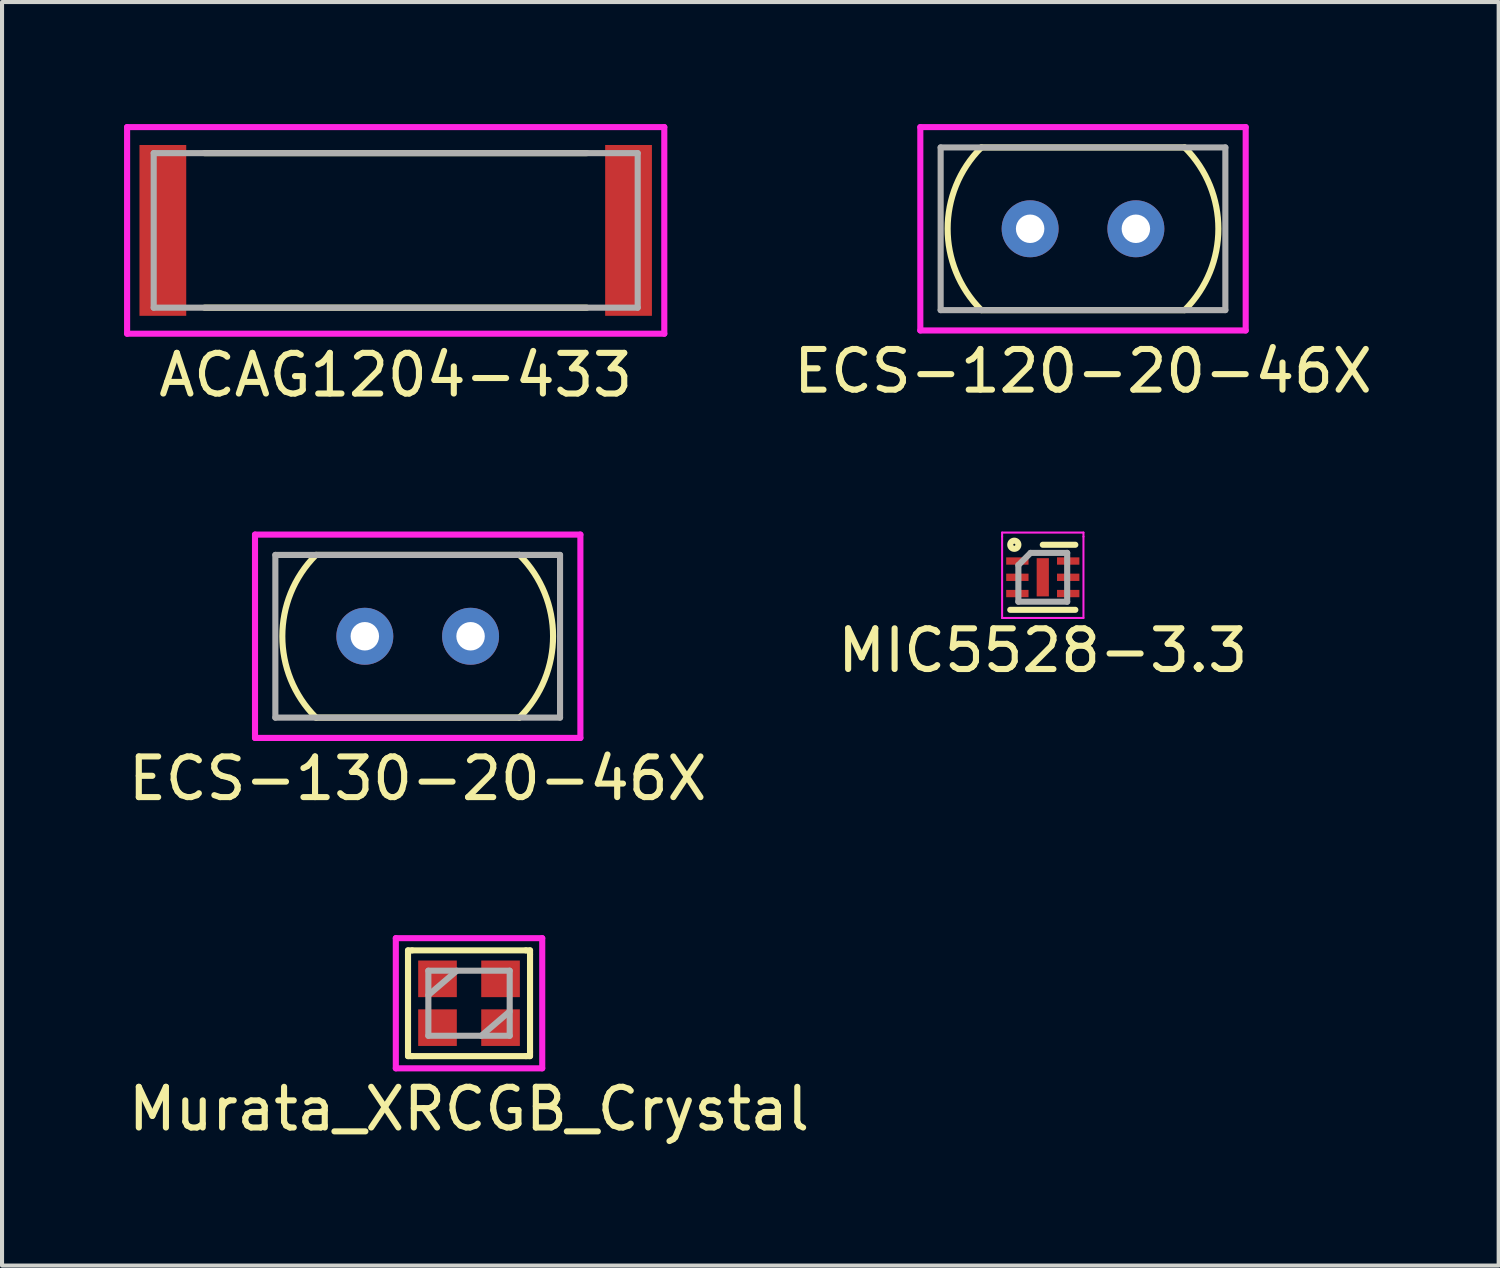
<source format=kicad_pcb>
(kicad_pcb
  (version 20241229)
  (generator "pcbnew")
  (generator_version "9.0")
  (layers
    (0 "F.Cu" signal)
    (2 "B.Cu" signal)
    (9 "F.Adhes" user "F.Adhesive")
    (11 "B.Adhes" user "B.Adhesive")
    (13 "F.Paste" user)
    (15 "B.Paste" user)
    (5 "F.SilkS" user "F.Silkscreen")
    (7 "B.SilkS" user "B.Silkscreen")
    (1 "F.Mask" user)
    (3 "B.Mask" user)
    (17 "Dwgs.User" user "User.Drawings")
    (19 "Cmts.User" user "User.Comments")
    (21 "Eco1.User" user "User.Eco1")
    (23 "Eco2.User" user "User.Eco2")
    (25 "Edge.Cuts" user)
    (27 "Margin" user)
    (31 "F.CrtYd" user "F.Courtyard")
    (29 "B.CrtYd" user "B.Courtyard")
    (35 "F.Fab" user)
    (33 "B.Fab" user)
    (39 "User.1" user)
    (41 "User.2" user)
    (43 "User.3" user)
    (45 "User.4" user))
  (footprint "Murata_XRCGB_Crystal"
    (layer "F.Cu")
    (at 8.482 21.617)
    (property "Reference" "Murata_XRCGB_Crystal" (at 0 2.6 0) (layer "F.SilkS") (effects (font (size 1 1) (thickness 0.15))))
    (attr through_hole)
    (fp_line (start -1.5 -1.3) (end -1.4 -1.3) (stroke (width 0.15) (type solid)) (layer "F.SilkS"))
    (fp_line (start -1.5 -1.2) (end -1.5 -1.3) (stroke (width 0.15) (type solid)) (layer "F.SilkS"))
    (fp_line (start -1.5 1.2) (end -1.5 -1.2) (stroke (width 0.15) (type solid)) (layer "F.SilkS"))
    (fp_line (start -1.5 1.2) (end -1.5 1.3) (stroke (width 0.15) (type solid)) (layer "F.SilkS"))
    (fp_line (start -1.5 1.3) (end -1.4 1.3) (stroke (width 0.15) (type solid)) (layer "F.SilkS"))
    (fp_line (start -1.4 -1.3) (end 1.4 -1.3) (stroke (width 0.15) (type solid)) (layer "F.SilkS"))
    (fp_line (start 1.4 -1.3) (end 1.5 -1.3) (stroke (width 0.15) (type solid)) (layer "F.SilkS"))
    (fp_line (start 1.4 1.3) (end -1.4 1.3) (stroke (width 0.15) (type solid)) (layer "F.SilkS"))
    (fp_line (start 1.5 -1.3) (end 1.5 -1.2) (stroke (width 0.15) (type solid)) (layer "F.SilkS"))
    (fp_line (start 1.5 -1.2) (end 1.5 1.2) (stroke (width 0.15) (type solid)) (layer "F.SilkS"))
    (fp_line (start 1.5 1.2) (end 1.5 1.3) (stroke (width 0.15) (type solid)) (layer "F.SilkS"))
    (fp_line (start 1.5 1.3) (end 1.4 1.3) (stroke (width 0.15) (type solid)) (layer "F.SilkS"))
    (fp_line (start -1.8 -1.6) (end -1.8 1.6) (stroke (width 0.15) (type solid)) (layer "F.CrtYd"))
    (fp_line (start -1.8 1.6) (end 1.8 1.6) (stroke (width 0.15) (type solid)) (layer "F.CrtYd"))
    (fp_line (start 1.8 -1.6) (end -1.8 -1.6) (stroke (width 0.15) (type solid)) (layer "F.CrtYd"))
    (fp_line (start 1.8 1.6) (end 1.8 -1.6) (stroke (width 0.15) (type solid)) (layer "F.CrtYd"))
    (fp_line (start -1 -0.8) (end -1 0.8) (stroke (width 0.15) (type solid)) (layer "F.Fab"))
    (fp_line (start -1 0.8) (end 1 0.8) (stroke (width 0.15) (type solid)) (layer "F.Fab"))
    (fp_line (start -0.3 -0.8) (end -1 -0.2) (stroke (width 0.15) (type solid)) (layer "F.Fab"))
    (fp_line (start 0.3 0.8) (end 1 0.2) (stroke (width 0.15) (type solid)) (layer "F.Fab"))
    (fp_line (start 1 -0.8) (end -1 -0.8) (stroke (width 0.15) (type solid)) (layer "F.Fab"))
    (fp_line (start 1 0.8) (end 1 -0.8) (stroke (width 0.15) (type solid)) (layer "F.Fab"))
    (pad "1" smd rect (at -0.775 -0.6) (size 0.95 0.9) (layers "F.Cu" "F.Mask" "F.Paste"))
    (pad "2" smd rect (at 0.775 0.6) (size 0.95 0.9) (layers "F.Cu" "F.Mask" "F.Paste"))
    (pad "3" smd rect (at -0.775 0.6) (size 0.95 0.9) (layers "F.Cu" "F.Mask" "F.Paste"))
    (pad "3" smd rect (at 0.775 -0.6) (size 0.95 0.9) (layers "F.Cu" "F.Mask" "F.Paste")))
  (footprint "MIC5528-3.3"
    (layer "F.Cu")
    (at 22.589 11.144)
    (property "Reference" "MIC5528-3.3" (at 0 1.8 0) (layer "F.SilkS") (effects (font (size 1 1) (thickness 0.15))))
    (attr through_hole)
    (fp_line (start -0.8 0.8) (end 0.8 0.8) (stroke (width 0.15) (type solid)) (layer "F.SilkS"))
    (fp_line (start 0 -0.8) (end 0.8 -0.8) (stroke (width 0.15) (type solid)) (layer "F.SilkS"))
    (fp_circle (center -0.7 -0.8) (end -0.6 -0.8) (stroke (width 0.15) (type solid)) (fill no) (layer "F.SilkS"))
    (fp_line (start -1 -1.1) (end 1 -1.1) (stroke (width 0.05) (type solid)) (layer "F.CrtYd"))
    (fp_line (start -1 -1) (end -1 -1.1) (stroke (width 0.05) (type solid)) (layer "F.CrtYd"))
    (fp_line (start -1 1) (end -1 -1) (stroke (width 0.05) (type solid)) (layer "F.CrtYd"))
    (fp_line (start 1 -1.1) (end 1 -1) (stroke (width 0.05) (type solid)) (layer "F.CrtYd"))
    (fp_line (start 1 -1) (end 1 1) (stroke (width 0.05) (type solid)) (layer "F.CrtYd"))
    (fp_line (start 1 1) (end -1 1) (stroke (width 0.05) (type solid)) (layer "F.CrtYd"))
    (fp_line (start -0.6 -0.3) (end -0.6 0.6) (stroke (width 0.15) (type solid)) (layer "F.Fab"))
    (fp_line (start -0.3 -0.6) (end -0.6 -0.3) (stroke (width 0.15) (type solid)) (layer "F.Fab"))
    (fp_line (start -0.3 -0.6) (end 0.6 -0.6) (stroke (width 0.15) (type solid)) (layer "F.Fab"))
    (fp_line (start 0.6 -0.6) (end 0.6 0.6) (stroke (width 0.15) (type solid)) (layer "F.Fab"))
    (fp_line (start 0.6 0.6) (end -0.6 0.6) (stroke (width 0.15) (type solid)) (layer "F.Fab"))
    (pad "1" smd rect (at -0.625 -0.4) (size 0.55 0.18) (layers "F.Cu" "F.Mask" "F.Paste"))
    (pad "2" smd rect (at -0.625 0) (size 0.55 0.18) (layers "F.Cu" "F.Mask" "F.Paste"))
    (pad "3" smd rect (at -0.625 0.4) (size 0.55 0.18) (layers "F.Cu" "F.Mask" "F.Paste"))
    (pad "4" smd rect (at 0.625 0.4) (size 0.55 0.18) (layers "F.Cu" "F.Mask" "F.Paste"))
    (pad "5" smd rect (at 0.625 0) (size 0.55 0.18) (layers "F.Cu" "F.Mask" "F.Paste"))
    (pad "6" smd rect (at 0.625 -0.4) (size 0.55 0.18) (layers "F.Cu" "F.Mask" "F.Paste"))
    (pad "7" smd rect (at 0 0) (size 0.3 0.94) (layers "F.Cu" "F.Mask" "F.Paste")))
  (footprint "ACAG1204-433"
    (layer "F.Cu")
    (at 6.679 2.615)
    (property "Reference" "ACAG1204-433" (at 0 3.556 0) (layer "F.SilkS") (effects (font (size 1 1) (thickness 0.15))))
    (attr through_hole)
    (fp_line (start -4.7 -1.9) (end 4.7 -1.9) (stroke (width 0.15) (type solid)) (layer "F.SilkS"))
    (fp_line (start 4.7 1.9) (end -4.7 1.9) (stroke (width 0.15) (type solid)) (layer "F.SilkS"))
    (fp_line (start -6.604 -2.54) (end 6.604 -2.54) (stroke (width 0.15) (type solid)) (layer "F.CrtYd"))
    (fp_line (start -6.604 2.54) (end -6.604 -2.54) (stroke (width 0.15) (type solid)) (layer "F.CrtYd"))
    (fp_line (start 6.604 -2.54) (end 6.604 2.54) (stroke (width 0.15) (type solid)) (layer "F.CrtYd"))
    (fp_line (start 6.604 2.54) (end -6.604 2.54) (stroke (width 0.15) (type solid)) (layer "F.CrtYd"))
    (fp_line (start -5.95 -1.9) (end -5.95 1.9) (stroke (width 0.15) (type solid)) (layer "F.Fab"))
    (fp_line (start -5.95 1.9) (end 5.95 1.9) (stroke (width 0.15) (type solid)) (layer "F.Fab"))
    (fp_line (start 5.95 -1.9) (end -5.95 -1.9) (stroke (width 0.15) (type solid)) (layer "F.Fab"))
    (fp_line (start 5.95 1.9) (end 5.95 -1.9) (stroke (width 0.15) (type solid)) (layer "F.Fab"))
    (pad "1" smd rect (at 5.725 0) (size 1.15 4.2) (layers "F.Cu" "F.Mask" "F.Paste"))
    (pad "2" smd rect (at -5.725 0) (size 1.15 4.2) (layers "F.Cu" "F.Mask" "F.Paste")))
  (footprint "ECS-120-20-46X"
    (layer "F.Cu")
    (at 23.578 2.575)
    (property "Reference" "ECS-120-20-46X" (at 0 3.5 0) (layer "F.SilkS") (effects (font (size 1 1) (thickness 0.15))))
    (attr through_hole)
    (fp_line (start -2.5 -2) (end 2.5 -2) (stroke (width 0.15) (type solid)) (layer "F.SilkS"))
    (fp_line (start -2.5 2) (end 2.5 2) (stroke (width 0.15) (type solid)) (layer "F.SilkS"))
    (fp_arc (start -2.5 2) (mid -3.328427 0) (end -2.5 -2) (stroke (width 0.15) (type solid)) (layer "F.SilkS"))
    (fp_arc (start 2.5 -2) (mid 3.328427 0) (end 2.5 2) (stroke (width 0.15) (type solid)) (layer "F.SilkS"))
    (fp_line (start -4 -2.5) (end 4 -2.5) (stroke (width 0.15) (type solid)) (layer "F.CrtYd"))
    (fp_line (start -4 2.5) (end -4 -2.5) (stroke (width 0.15) (type solid)) (layer "F.CrtYd"))
    (fp_line (start 4 -2.5) (end 4 2.5) (stroke (width 0.15) (type solid)) (layer "F.CrtYd"))
    (fp_line (start 4 2.5) (end -4 2.5) (stroke (width 0.15) (type solid)) (layer "F.CrtYd"))
    (fp_line (start -3.5 -2) (end -3.5 2) (stroke (width 0.15) (type solid)) (layer "F.Fab"))
    (fp_line (start -3.5 2) (end 3.5 2) (stroke (width 0.15) (type solid)) (layer "F.Fab"))
    (fp_line (start 3.5 -2) (end -3.5 -2) (stroke (width 0.15) (type solid)) (layer "F.Fab"))
    (fp_line (start 3.5 2) (end 3.5 -2) (stroke (width 0.15) (type solid)) (layer "F.Fab"))
    (pad "1" thru_hole circle (at -1.3 0) (size 1.4 1.4) (drill 0.7) (layers "*.Cu" "*.Mask"))
    (pad "2" thru_hole circle (at 1.3 0) (size 1.4 1.4) (drill 0.7) (layers "*.Cu" "*.Mask")))
  (footprint "ECS-130-20-46X"
    (layer "F.Cu")
    (at 7.22 12.594)
    (property "Reference" "ECS-130-20-46X" (at 0 3.5 0) (layer "F.SilkS") (effects (font (size 1 1) (thickness 0.15))))
    (attr through_hole)
    (fp_line (start -2.5 -2) (end 2.5 -2) (stroke (width 0.15) (type solid)) (layer "F.SilkS"))
    (fp_line (start -2.5 2) (end 2.5 2) (stroke (width 0.15) (type solid)) (layer "F.SilkS"))
    (fp_arc (start -2.5 2) (mid -3.328427 0) (end -2.5 -2) (stroke (width 0.15) (type solid)) (layer "F.SilkS"))
    (fp_arc (start 2.5 -2) (mid 3.328427 0) (end 2.5 2) (stroke (width 0.15) (type solid)) (layer "F.SilkS"))
    (fp_line (start -4 -2.5) (end 4 -2.5) (stroke (width 0.15) (type solid)) (layer "F.CrtYd"))
    (fp_line (start -4 2.5) (end -4 -2.5) (stroke (width 0.15) (type solid)) (layer "F.CrtYd"))
    (fp_line (start 4 -2.5) (end 4 2.5) (stroke (width 0.15) (type solid)) (layer "F.CrtYd"))
    (fp_line (start 4 2.5) (end -4 2.5) (stroke (width 0.15) (type solid)) (layer "F.CrtYd"))
    (fp_line (start -3.5 -2) (end -3.5 2) (stroke (width 0.15) (type solid)) (layer "F.Fab"))
    (fp_line (start -3.5 2) (end 3.5 2) (stroke (width 0.15) (type solid)) (layer "F.Fab"))
    (fp_line (start 3.5 -2) (end -3.5 -2) (stroke (width 0.15) (type solid)) (layer "F.Fab"))
    (fp_line (start 3.5 2) (end 3.5 -2) (stroke (width 0.15) (type solid)) (layer "F.Fab"))
    (pad "1" thru_hole circle (at -1.3 0) (size 1.4 1.4) (drill 0.7) (layers "*.Cu" "*.Mask"))
    (pad "2" thru_hole circle (at 1.3 0) (size 1.4 1.4) (drill 0.7) (layers "*.Cu" "*.Mask")))
  (gr_rect
    (start -3 -3)
    (end 33.798 28.066)
    (stroke (width 0.1) (type default))
    (fill no)
    (layer "Edge.Cuts")))
</source>
